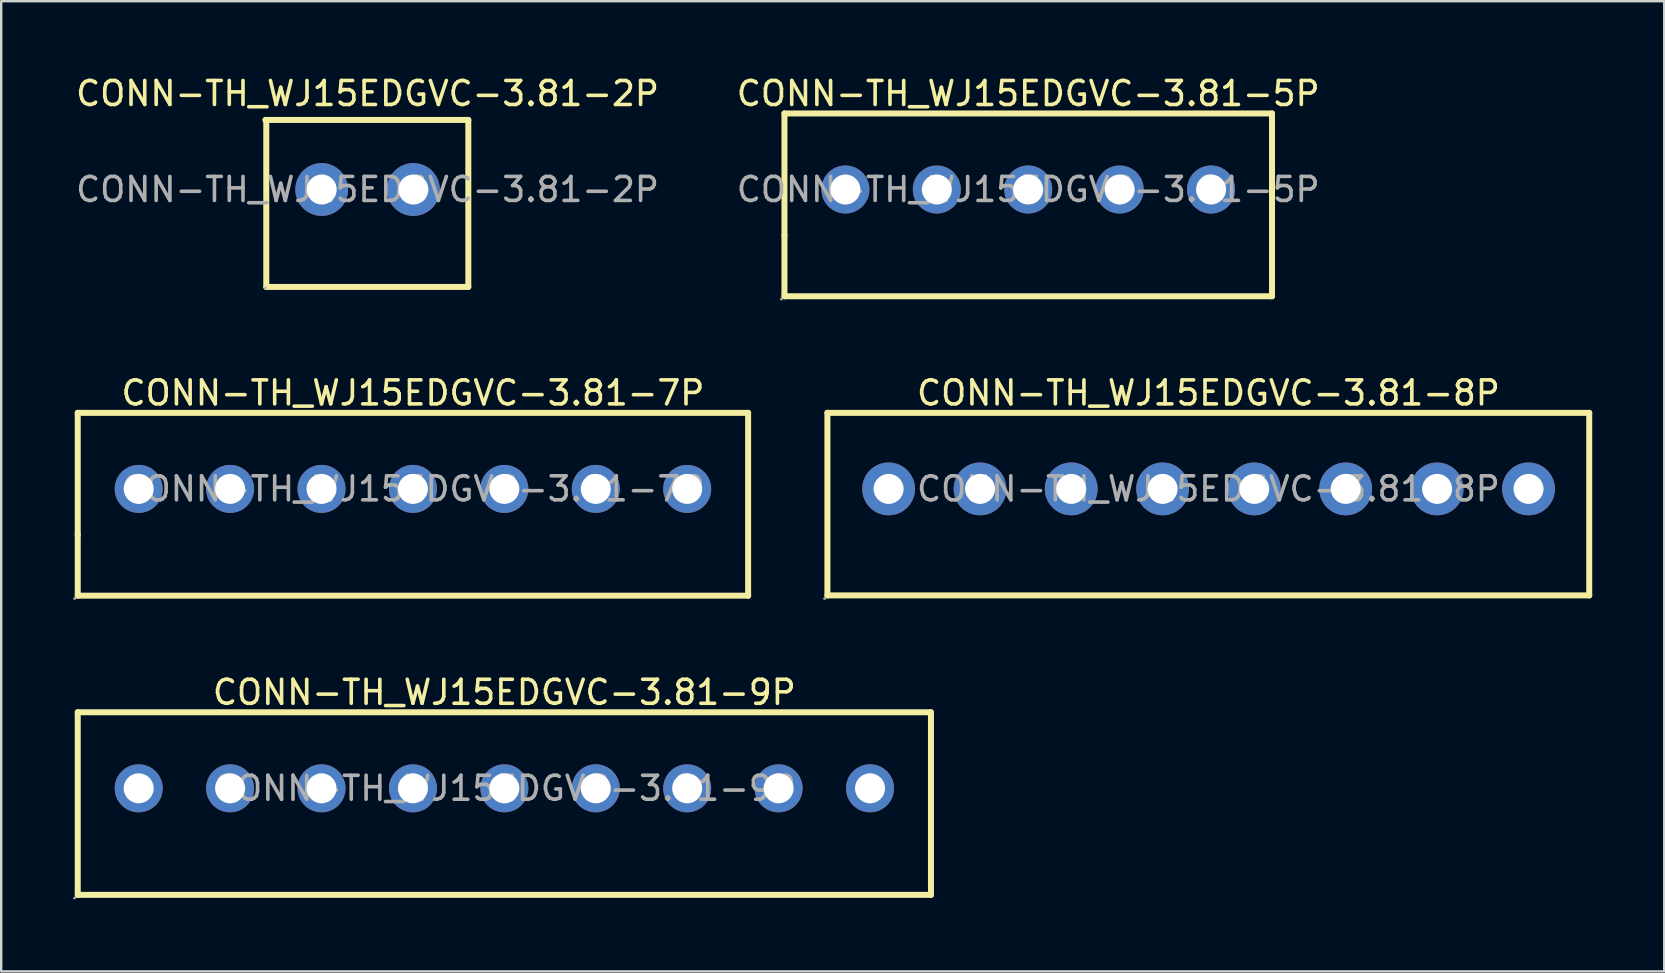
<source format=kicad_pcb>
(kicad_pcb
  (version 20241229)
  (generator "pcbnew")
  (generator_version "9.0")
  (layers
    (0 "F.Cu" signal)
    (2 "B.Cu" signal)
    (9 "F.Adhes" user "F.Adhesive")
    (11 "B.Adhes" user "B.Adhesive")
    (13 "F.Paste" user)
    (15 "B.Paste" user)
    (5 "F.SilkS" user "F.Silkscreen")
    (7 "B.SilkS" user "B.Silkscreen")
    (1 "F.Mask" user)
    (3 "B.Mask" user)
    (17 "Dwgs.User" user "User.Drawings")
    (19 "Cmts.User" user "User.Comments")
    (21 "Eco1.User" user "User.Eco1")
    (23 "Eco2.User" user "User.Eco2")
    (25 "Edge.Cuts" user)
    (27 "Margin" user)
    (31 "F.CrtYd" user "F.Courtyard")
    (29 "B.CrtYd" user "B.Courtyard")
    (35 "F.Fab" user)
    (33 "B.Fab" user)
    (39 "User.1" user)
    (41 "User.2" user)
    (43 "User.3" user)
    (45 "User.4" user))
  (footprint "CONN-TH_WJ15EDGVC-3.81-2P"
    (layer "F.Cu")
    (at 12.268 4.848)
    (property "Reference" "CONN-TH_WJ15EDGVC-3.81-2P" (at 0 -4 0) (layer "F.SilkS") (effects (font (size 1 1) (thickness 0.15))))
    (attr through_hole)
    (fp_line (start -4.26 -2.9) (end 4.2 -2.9) (stroke (width 0.25) (type solid)) (layer "F.SilkS"))
    (fp_line (start -4.22 4.06) (end -4.22 -2.88) (stroke (width 0.25) (type solid)) (layer "F.SilkS"))
    (fp_line (start 4.2 -2.9) (end 4.2 4.06) (stroke (width 0.25) (type solid)) (layer "F.SilkS"))
    (fp_line (start 4.2 4.06) (end -4.22 4.06) (stroke (width 0.25) (type solid)) (layer "F.SilkS"))
    (fp_circle (center -4.25 4.1) (end -4.22 4.1) (stroke (width 0.06) (type solid)) (fill no) (layer "F.Fab"))
    (fp_circle (center -1.91 0) (end -1.65 0) (stroke (width 0.52) (type solid)) (fill no) (layer "F.Fab"))
    (fp_circle (center 1.91 0) (end 2.17 0) (stroke (width 0.52) (type solid)) (fill no) (layer "F.Fab"))
    (fp_text user "${REFERENCE}" (at 0 0 0) (layer "F.Fab") (effects (font (size 1 1) (thickness 0.15))))
    (pad "1" thru_hole circle (at -1.91 0) (size 2.2 2.2) (drill 1.25) (layers "*.Cu" "*.Paste" "*.Mask"))
    (pad "2" thru_hole circle (at 1.91 0) (size 2.2 2.2) (drill 1.25) (layers "*.Cu" "*.Paste" "*.Mask")))
  (footprint "CONN-TH_WJ15EDGVC-3.81-7P"
    (layer "F.Cu")
    (at 14.16 17.326)
    (property "Reference" "CONN-TH_WJ15EDGVC-3.81-7P" (at 0 -4 0) (layer "F.SilkS") (effects (font (size 1 1) (thickness 0.15))))
    (attr through_hole)
    (fp_line (start -13.97 -3.17) (end -13.97 1.91) (stroke (width 0.25) (type solid)) (layer "F.SilkS"))
    (fp_line (start -13.97 -3.17) (end 13.97 -3.17) (stroke (width 0.25) (type solid)) (layer "F.SilkS"))
    (fp_line (start -13.97 1.91) (end -13.97 4.45) (stroke (width 0.25) (type solid)) (layer "F.SilkS"))
    (fp_line (start 13.97 -3.17) (end 13.97 4.45) (stroke (width 0.25) (type solid)) (layer "F.SilkS"))
    (fp_line (start 13.97 4.45) (end -13.97 4.45) (stroke (width 0.25) (type solid)) (layer "F.SilkS"))
    (fp_circle (center -14.1 4.57) (end -14.07 4.57) (stroke (width 0.06) (type solid)) (fill no) (layer "F.Fab"))
    (fp_circle (center -11.43 0) (end -11.17 0) (stroke (width 0.52) (type solid)) (fill no) (layer "F.Fab"))
    (fp_circle (center -7.62 0) (end -7.36 0) (stroke (width 0.52) (type solid)) (fill no) (layer "F.Fab"))
    (fp_circle (center -3.81 0) (end -3.55 0) (stroke (width 0.52) (type solid)) (fill no) (layer "F.Fab"))
    (fp_circle (center 0 0) (end 0.26 0) (stroke (width 0.52) (type solid)) (fill no) (layer "F.Fab"))
    (fp_circle (center 3.81 0) (end 4.07 0) (stroke (width 0.52) (type solid)) (fill no) (layer "F.Fab"))
    (fp_circle (center 7.62 0) (end 7.88 0) (stroke (width 0.52) (type solid)) (fill no) (layer "F.Fab"))
    (fp_circle (center 11.43 0) (end 11.69 0) (stroke (width 0.52) (type solid)) (fill no) (layer "F.Fab"))
    (fp_text user "${REFERENCE}" (at 0 0 0) (layer "F.Fab") (effects (font (size 1 1) (thickness 0.15))))
    (pad "1" thru_hole circle (at -11.43 0) (size 2 2) (drill 1.25) (layers "*.Cu" "*.Paste" "*.Mask"))
    (pad "2" thru_hole circle (at -7.62 0) (size 2 2) (drill 1.25) (layers "*.Cu" "*.Paste" "*.Mask"))
    (pad "3" thru_hole circle (at -3.81 0) (size 2 2) (drill 1.25) (layers "*.Cu" "*.Paste" "*.Mask"))
    (pad "4" thru_hole circle (at 0 0) (size 2 2) (drill 1.25) (layers "*.Cu" "*.Paste" "*.Mask"))
    (pad "5" thru_hole circle (at 3.81 0) (size 2 2) (drill 1.25) (layers "*.Cu" "*.Paste" "*.Mask"))
    (pad "6" thru_hole circle (at 7.62 0) (size 2 2) (drill 1.25) (layers "*.Cu" "*.Paste" "*.Mask"))
    (pad "7" thru_hole circle (at 11.43 0) (size 2 2) (drill 1.25) (layers "*.Cu" "*.Paste" "*.Mask")))
  (footprint "CONN-TH_WJ15EDGVC-3.81-5P"
    (layer "F.Cu")
    (at 39.804 4.848)
    (property "Reference" "CONN-TH_WJ15EDGVC-3.81-5P" (at 0 -4 0) (layer "F.SilkS") (effects (font (size 1 1) (thickness 0.15))))
    (attr through_hole)
    (fp_line (start -10.16 -3.17) (end -10.16 1.91) (stroke (width 0.25) (type solid)) (layer "F.SilkS"))
    (fp_line (start -10.16 -3.17) (end 10.16 -3.17) (stroke (width 0.25) (type solid)) (layer "F.SilkS"))
    (fp_line (start -10.16 1.91) (end -10.16 4.45) (stroke (width 0.25) (type solid)) (layer "F.SilkS"))
    (fp_line (start 10.16 -3.17) (end 10.16 4.45) (stroke (width 0.25) (type solid)) (layer "F.SilkS"))
    (fp_line (start 10.16 4.45) (end -10.16 4.45) (stroke (width 0.25) (type solid)) (layer "F.SilkS"))
    (fp_circle (center -10.29 4.57) (end -10.26 4.57) (stroke (width 0.06) (type solid)) (fill no) (layer "F.Fab"))
    (fp_circle (center -7.62 0) (end -7.36 0) (stroke (width 0.52) (type solid)) (fill no) (layer "F.Fab"))
    (fp_circle (center -3.81 0) (end -3.55 0) (stroke (width 0.52) (type solid)) (fill no) (layer "F.Fab"))
    (fp_circle (center 0 0) (end 0.26 0) (stroke (width 0.52) (type solid)) (fill no) (layer "F.Fab"))
    (fp_circle (center 3.81 0) (end 4.07 0) (stroke (width 0.52) (type solid)) (fill no) (layer "F.Fab"))
    (fp_circle (center 7.62 0) (end 7.88 0) (stroke (width 0.52) (type solid)) (fill no) (layer "F.Fab"))
    (fp_text user "${REFERENCE}" (at 0 0 0) (layer "F.Fab") (effects (font (size 1 1) (thickness 0.15))))
    (pad "1" thru_hole circle (at -7.62 0) (size 2 2) (drill 1.25) (layers "*.Cu" "*.Paste" "*.Mask"))
    (pad "2" thru_hole circle (at -3.81 0) (size 2 2) (drill 1.25) (layers "*.Cu" "*.Paste" "*.Mask"))
    (pad "3" thru_hole circle (at 0 0) (size 2 2) (drill 1.25) (layers "*.Cu" "*.Paste" "*.Mask"))
    (pad "4" thru_hole circle (at 3.81 0) (size 2 2) (drill 1.25) (layers "*.Cu" "*.Paste" "*.Mask"))
    (pad "5" thru_hole circle (at 7.62 0) (size 2 2) (drill 1.25) (layers "*.Cu" "*.Paste" "*.Mask")))
  (footprint "CONN-TH_WJ15EDGVC-3.81-9P"
    (layer "F.Cu")
    (at 17.97 29.805)
    (property "Reference" "CONN-TH_WJ15EDGVC-3.81-9P" (at 0 -4 0) (layer "F.SilkS") (effects (font (size 1 1) (thickness 0.15))))
    (attr through_hole)
    (fp_line (start -17.78 -3.17) (end -17.78 4.44) (stroke (width 0.25) (type solid)) (layer "F.SilkS"))
    (fp_line (start -17.78 -3.17) (end 17.78 -3.17) (stroke (width 0.25) (type solid)) (layer "F.SilkS"))
    (fp_line (start 17.78 -3.17) (end 17.78 4.44) (stroke (width 0.25) (type solid)) (layer "F.SilkS"))
    (fp_line (start 17.78 4.44) (end -17.78 4.44) (stroke (width 0.25) (type solid)) (layer "F.SilkS"))
    (fp_circle (center -17.91 4.57) (end -17.88 4.57) (stroke (width 0.06) (type solid)) (fill no) (layer "F.Fab"))
    (fp_circle (center -15.24 0) (end -14.98 0) (stroke (width 0.52) (type solid)) (fill no) (layer "F.Fab"))
    (fp_circle (center -11.43 0) (end -11.17 0) (stroke (width 0.52) (type solid)) (fill no) (layer "F.Fab"))
    (fp_circle (center -7.62 0) (end -7.36 0) (stroke (width 0.52) (type solid)) (fill no) (layer "F.Fab"))
    (fp_circle (center -3.81 0) (end -3.55 0) (stroke (width 0.52) (type solid)) (fill no) (layer "F.Fab"))
    (fp_circle (center 0 0) (end 0.26 0) (stroke (width 0.52) (type solid)) (fill no) (layer "F.Fab"))
    (fp_circle (center 3.81 0) (end 4.07 0) (stroke (width 0.52) (type solid)) (fill no) (layer "F.Fab"))
    (fp_circle (center 7.62 0) (end 7.88 0) (stroke (width 0.52) (type solid)) (fill no) (layer "F.Fab"))
    (fp_circle (center 11.43 0) (end 11.69 0) (stroke (width 0.52) (type solid)) (fill no) (layer "F.Fab"))
    (fp_circle (center 15.24 0) (end 15.5 0) (stroke (width 0.52) (type solid)) (fill no) (layer "F.Fab"))
    (fp_text user "${REFERENCE}" (at 0 0 0) (layer "F.Fab") (effects (font (size 1 1) (thickness 0.15))))
    (pad "1" thru_hole circle (at -15.24 0) (size 2 2) (drill 1.25) (layers "*.Cu" "*.Paste" "*.Mask"))
    (pad "2" thru_hole circle (at -11.43 0) (size 2 2) (drill 1.25) (layers "*.Cu" "*.Paste" "*.Mask"))
    (pad "3" thru_hole circle (at -7.62 0) (size 2 2) (drill 1.25) (layers "*.Cu" "*.Paste" "*.Mask"))
    (pad "4" thru_hole circle (at -3.81 0) (size 2 2) (drill 1.25) (layers "*.Cu" "*.Paste" "*.Mask"))
    (pad "5" thru_hole circle (at 0 0) (size 2 2) (drill 1.25) (layers "*.Cu" "*.Paste" "*.Mask"))
    (pad "6" thru_hole circle (at 3.81 0) (size 2 2) (drill 1.25) (layers "*.Cu" "*.Paste" "*.Mask"))
    (pad "7" thru_hole circle (at 7.62 0) (size 2 2) (drill 1.25) (layers "*.Cu" "*.Paste" "*.Mask"))
    (pad "8" thru_hole circle (at 11.43 0) (size 2 2) (drill 1.25) (layers "*.Cu" "*.Paste" "*.Mask"))
    (pad "9" thru_hole circle (at 15.24 0) (size 2 2) (drill 1.25) (layers "*.Cu" "*.Paste" "*.Mask")))
  (footprint "CONN-TH_WJ15EDGVC-3.81-8P"
    (layer "F.Cu")
    (at 47.315 17.326)
    (property "Reference" "CONN-TH_WJ15EDGVC-3.81-8P" (at 0 -4 0) (layer "F.SilkS") (effects (font (size 1 1) (thickness 0.15))))
    (attr through_hole)
    (fp_line (start -15.88 -3.17) (end -15.88 4.44) (stroke (width 0.25) (type solid)) (layer "F.SilkS"))
    (fp_line (start -15.88 -3.17) (end 15.87 -3.17) (stroke (width 0.25) (type solid)) (layer "F.SilkS"))
    (fp_line (start -15.88 4.44) (end 15.87 4.44) (stroke (width 0.25) (type solid)) (layer "F.SilkS"))
    (fp_line (start 15.87 -3.17) (end 15.87 4.44) (stroke (width 0.25) (type solid)) (layer "F.SilkS"))
    (fp_circle (center -16 4.57) (end -15.97 4.57) (stroke (width 0.06) (type solid)) (fill no) (layer "F.Fab"))
    (fp_circle (center -13.33 0) (end -13.07 0) (stroke (width 0.52) (type solid)) (fill no) (layer "F.Fab"))
    (fp_circle (center -9.52 0) (end -9.26 0) (stroke (width 0.52) (type solid)) (fill no) (layer "F.Fab"))
    (fp_circle (center -5.72 0) (end -5.46 0) (stroke (width 0.52) (type solid)) (fill no) (layer "F.Fab"))
    (fp_circle (center -1.91 0) (end -1.65 0) (stroke (width 0.52) (type solid)) (fill no) (layer "F.Fab"))
    (fp_circle (center 1.91 0) (end 2.17 0) (stroke (width 0.52) (type solid)) (fill no) (layer "F.Fab"))
    (fp_circle (center 5.72 0) (end 5.98 0) (stroke (width 0.52) (type solid)) (fill no) (layer "F.Fab"))
    (fp_circle (center 9.53 0) (end 9.79 0) (stroke (width 0.52) (type solid)) (fill no) (layer "F.Fab"))
    (fp_circle (center 13.34 0) (end 13.6 0) (stroke (width 0.52) (type solid)) (fill no) (layer "F.Fab"))
    (fp_text user "${REFERENCE}" (at 0 0 0) (layer "F.Fab") (effects (font (size 1 1) (thickness 0.15))))
    (pad "1" thru_hole circle (at -13.33 0) (size 2.2 2.2) (drill 1.25) (layers "*.Cu" "*.Paste" "*.Mask"))
    (pad "2" thru_hole circle (at -9.52 0) (size 2.2 2.2) (drill 1.25) (layers "*.Cu" "*.Paste" "*.Mask"))
    (pad "3" thru_hole circle (at -5.72 0) (size 2.2 2.2) (drill 1.25) (layers "*.Cu" "*.Paste" "*.Mask"))
    (pad "4" thru_hole circle (at -1.91 0) (size 2.2 2.2) (drill 1.25) (layers "*.Cu" "*.Paste" "*.Mask"))
    (pad "5" thru_hole circle (at 1.91 0) (size 2.2 2.2) (drill 1.25) (layers "*.Cu" "*.Paste" "*.Mask"))
    (pad "6" thru_hole circle (at 5.72 0) (size 2.2 2.2) (drill 1.25) (layers "*.Cu" "*.Paste" "*.Mask"))
    (pad "7" thru_hole circle (at 9.53 0) (size 2.2 2.2) (drill 1.25) (layers "*.Cu" "*.Paste" "*.Mask"))
    (pad "8" thru_hole circle (at 13.34 0) (size 2.2 2.2) (drill 1.25) (layers "*.Cu" "*.Paste" "*.Mask")))
  (gr_rect
    (start -3 -3)
    (end 66.31 37.435)
    (stroke (width 0.1) (type default))
    (fill no)
    (layer "Edge.Cuts")))
</source>
